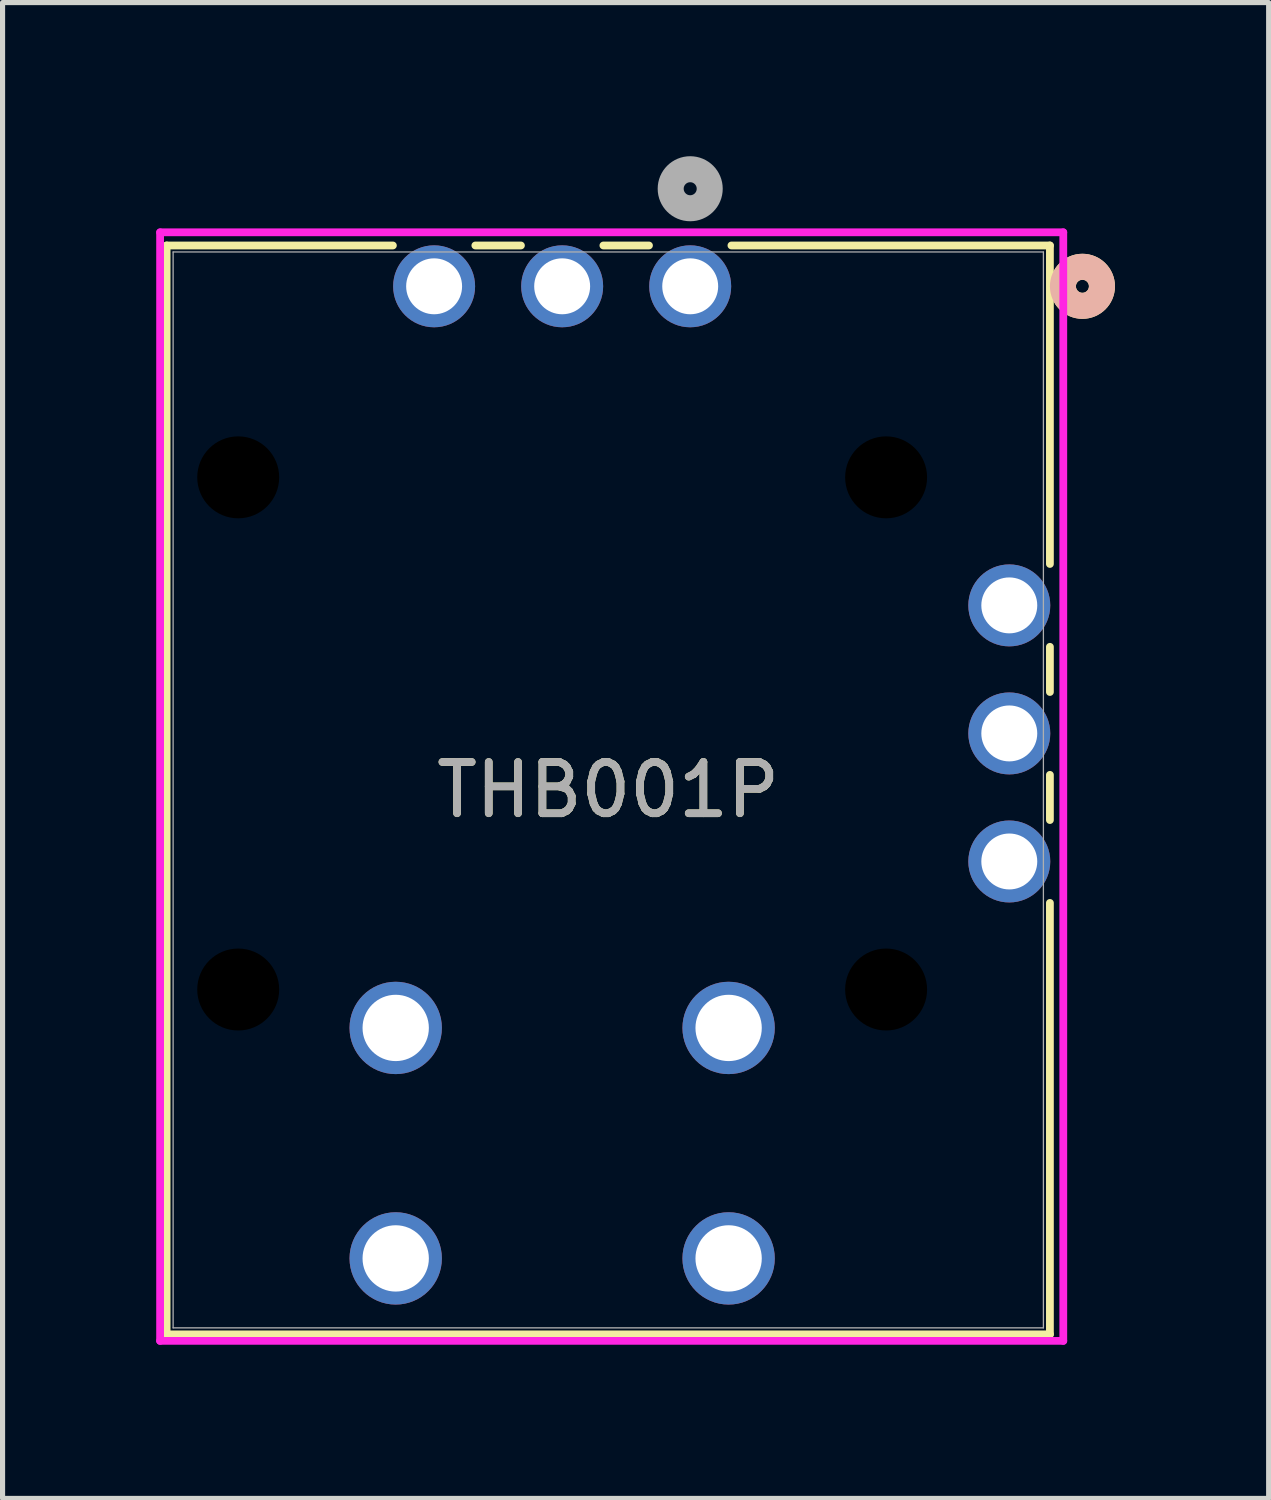
<source format=kicad_pcb>
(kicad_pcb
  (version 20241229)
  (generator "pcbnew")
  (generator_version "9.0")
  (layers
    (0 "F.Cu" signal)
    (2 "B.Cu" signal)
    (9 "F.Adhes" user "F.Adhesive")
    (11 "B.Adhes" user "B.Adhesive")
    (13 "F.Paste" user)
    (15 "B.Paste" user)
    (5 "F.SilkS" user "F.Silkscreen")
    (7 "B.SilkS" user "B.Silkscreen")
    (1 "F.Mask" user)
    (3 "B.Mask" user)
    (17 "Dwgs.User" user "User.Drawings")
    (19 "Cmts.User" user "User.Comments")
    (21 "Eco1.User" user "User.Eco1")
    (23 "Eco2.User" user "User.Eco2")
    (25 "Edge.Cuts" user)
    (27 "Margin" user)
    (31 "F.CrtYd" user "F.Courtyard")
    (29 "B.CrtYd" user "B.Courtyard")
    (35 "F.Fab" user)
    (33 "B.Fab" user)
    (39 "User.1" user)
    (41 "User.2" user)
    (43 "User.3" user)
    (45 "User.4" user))
  (footprint "THB001P"
    (layer "F.Cu")
    (at 10.426 2.54)
    (property "Reference" "THB001P" (at -1.6 9.833 0) (unlocked yes) (layer "F.SilkS") (effects (font (size 1 1) (thickness 0.15))))
    (attr through_hole)
    (fp_line (start -10.223 -0.797) (end -10.223 20.463) (stroke (width 0.152) (type solid)) (layer "F.SilkS"))
    (fp_line (start -10.223 20.463) (end 7.023 20.463) (stroke (width 0.152) (type solid)) (layer "F.SilkS"))
    (fp_line (start -5.805 -0.797) (end -10.223 -0.797) (stroke (width 0.152) (type solid)) (layer "F.SilkS"))
    (fp_line (start -3.305 -0.797) (end -4.195 -0.797) (stroke (width 0.152) (type solid)) (layer "F.SilkS"))
    (fp_line (start -0.805 -0.797) (end -1.695 -0.797) (stroke (width 0.152) (type solid)) (layer "F.SilkS"))
    (fp_line (start 7.023 -0.797) (end 0.805 -0.797) (stroke (width 0.152) (type solid)) (layer "F.SilkS"))
    (fp_line (start 7.023 5.421) (end 7.023 -0.797) (stroke (width 0.152) (type solid)) (layer "F.SilkS"))
    (fp_line (start 7.023 7.921) (end 7.023 7.039) (stroke (width 0.152) (type solid)) (layer "F.SilkS"))
    (fp_line (start 7.023 10.421) (end 7.023 9.539) (stroke (width 0.152) (type solid)) (layer "F.SilkS"))
    (fp_line (start 7.023 20.463) (end 7.023 12.039) (stroke (width 0.152) (type solid)) (layer "F.SilkS"))
    (fp_circle (center 7.658 0) (end 8.039 0) (stroke (width 0.508) (type solid)) (fill no) (layer "F.SilkS"))
    (fp_circle (center 7.658 0) (end 8.039 0) (stroke (width 0.508) (type solid)) (fill no) (layer "B.SilkS"))
    (fp_line (start -10.35 -1.054) (end -10.35 20.59) (stroke (width 0.152) (type solid)) (layer "F.CrtYd"))
    (fp_line (start -10.35 20.59) (end 7.284 20.59) (stroke (width 0.152) (type solid)) (layer "F.CrtYd"))
    (fp_line (start 7.284 -1.054) (end -10.35 -1.054) (stroke (width 0.152) (type solid)) (layer "F.CrtYd"))
    (fp_line (start 7.284 20.59) (end 7.284 -1.054) (stroke (width 0.152) (type solid)) (layer "F.CrtYd"))
    (fp_line (start -10.096 -0.67) (end -10.096 20.336) (stroke (width 0.025) (type solid)) (layer "F.Fab"))
    (fp_line (start -10.096 20.336) (end 6.896 20.336) (stroke (width 0.025) (type solid)) (layer "F.Fab"))
    (fp_line (start 6.896 -0.67) (end -10.096 -0.67) (stroke (width 0.025) (type solid)) (layer "F.Fab"))
    (fp_line (start 6.896 20.336) (end 6.896 -0.67) (stroke (width 0.025) (type solid)) (layer "F.Fab"))
    (fp_circle (center 0 -1.905) (end 0.381 -1.905) (stroke (width 0.508) (type solid)) (fill no) (layer "F.Fab"))
    (fp_text user "${REFERENCE}" (at -1.6 9.833 0) (unlocked yes) (layer "F.Fab") (effects (font (size 1 1) (thickness 0.15))))
    (pad "" np_thru_hole circle (at -8.825 3.73) (size 1.6 1.6) (drill 1.6) (layers))
    (pad "" np_thru_hole circle (at -8.825 13.73) (size 1.6 1.6) (drill 1.6) (layers))
    (pad "" np_thru_hole circle (at 3.825 3.73) (size 1.6 1.6) (drill 1.6) (layers))
    (pad "" np_thru_hole circle (at 3.825 13.73) (size 1.6 1.6) (drill 1.6) (layers))
    (pad "1" thru_hole circle (at 0 0) (size 1.6 1.6) (drill 1.092) (layers "*.Cu" "*.Mask"))
    (pad "1'" thru_hole circle (at 6.23 11.23) (size 1.6 1.6) (drill 1.092) (layers "*.Cu" "*.Mask"))
    (pad "2" thru_hole circle (at -2.5 0) (size 1.6 1.6) (drill 1.092) (layers "*.Cu" "*.Mask"))
    (pad "2'" thru_hole circle (at 6.23 8.73) (size 1.6 1.6) (drill 1.092) (layers "*.Cu" "*.Mask"))
    (pad "3" thru_hole circle (at -5 0) (size 1.6 1.6) (drill 1.092) (layers "*.Cu" "*.Mask"))
    (pad "3'" thru_hole circle (at 6.23 6.23) (size 1.6 1.6) (drill 1.092) (layers "*.Cu" "*.Mask"))
    (pad "A" thru_hole circle (at -5.75 14.48) (size 1.803 1.803) (drill 1.295) (layers "*.Cu" "*.Mask"))
    (pad "B" thru_hole circle (at 0.75 14.48) (size 1.803 1.803) (drill 1.295) (layers "*.Cu" "*.Mask"))
    (pad "C" thru_hole circle (at -5.75 18.98) (size 1.803 1.803) (drill 1.295) (layers "*.Cu" "*.Mask"))
    (pad "D" thru_hole circle (at 0.75 18.98) (size 1.803 1.803) (drill 1.295) (layers "*.Cu" "*.Mask")))
  (gr_rect
    (start -3 -3)
    (end 21.72 26.206)
    (stroke (width 0.1) (type default))
    (fill no)
    (layer "Edge.Cuts")))
</source>
